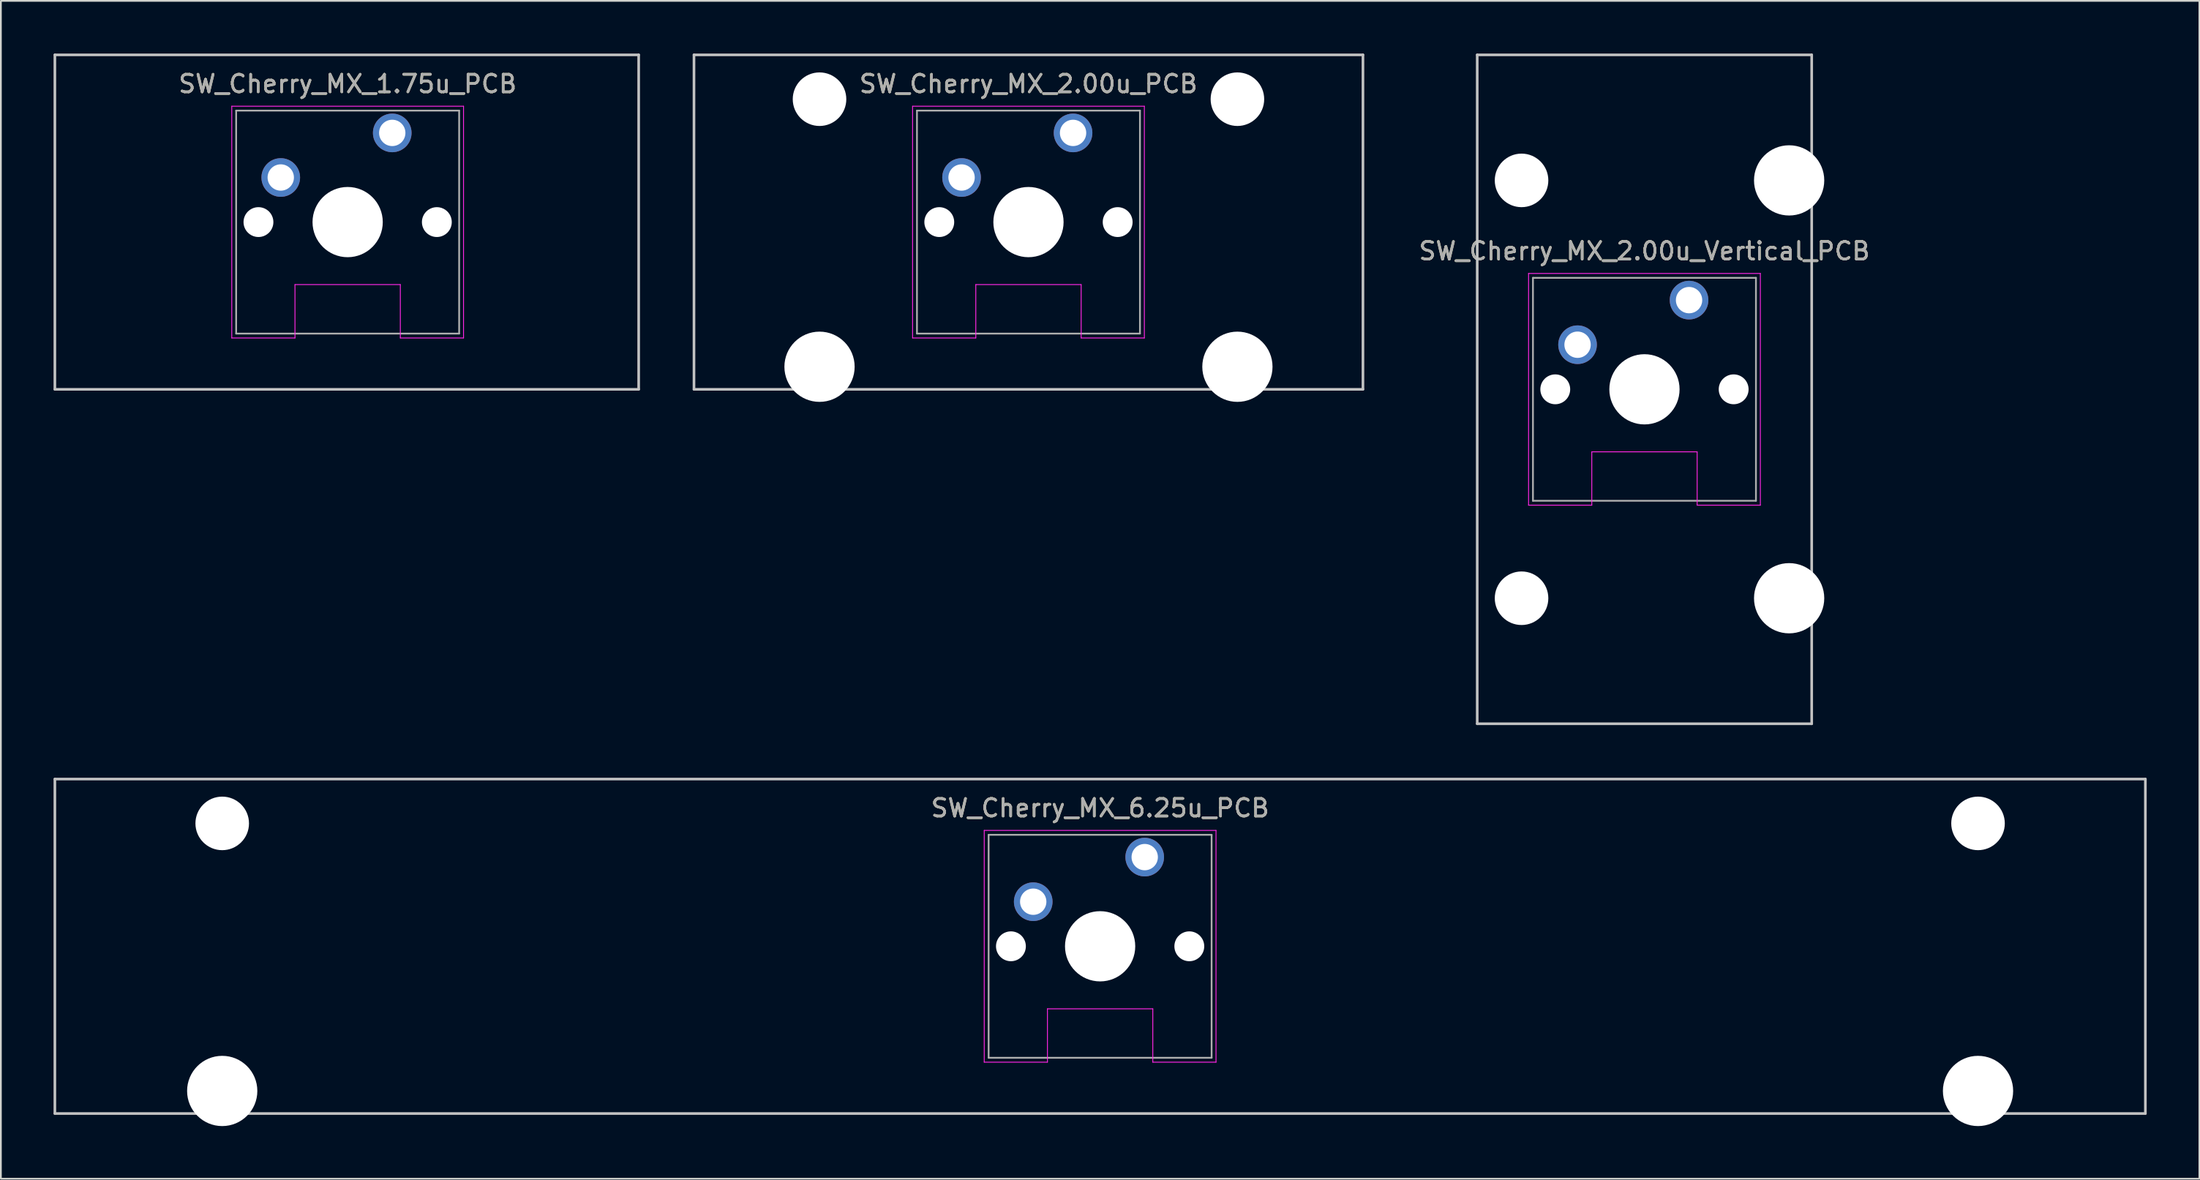
<source format=kicad_pcb>
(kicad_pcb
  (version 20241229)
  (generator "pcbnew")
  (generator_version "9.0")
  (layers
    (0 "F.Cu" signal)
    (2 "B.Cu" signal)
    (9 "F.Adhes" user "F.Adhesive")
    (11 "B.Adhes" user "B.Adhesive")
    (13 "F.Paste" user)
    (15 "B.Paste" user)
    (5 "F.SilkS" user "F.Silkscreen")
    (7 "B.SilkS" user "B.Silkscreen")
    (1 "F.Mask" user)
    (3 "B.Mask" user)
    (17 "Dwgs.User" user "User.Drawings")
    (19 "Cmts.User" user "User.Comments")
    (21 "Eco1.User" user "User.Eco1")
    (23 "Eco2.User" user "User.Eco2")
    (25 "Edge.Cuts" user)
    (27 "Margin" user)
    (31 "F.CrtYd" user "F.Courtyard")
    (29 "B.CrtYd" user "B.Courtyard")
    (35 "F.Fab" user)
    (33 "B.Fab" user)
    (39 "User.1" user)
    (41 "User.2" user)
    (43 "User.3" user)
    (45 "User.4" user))
  (footprint "SW_Cherry_MX_2.00u_Vertical_PCB"
    (layer "F.Cu")
    (at 93.148 14.045)
    (property "Reference" "SW_Cherry_MX_2.00u_Vertical_PCB" (at -2.54 -2.794 0) (layer "F.SilkS") (effects (font (size 1 1) (thickness 0.15))))
    (attr through_hole)
    (fp_line (start -12.065 -13.97) (end 6.985 -13.97) (stroke (width 0.15) (type solid)) (layer "Dwgs.User"))
    (fp_line (start -12.065 24.13) (end -12.065 -13.97) (stroke (width 0.15) (type solid)) (layer "Dwgs.User"))
    (fp_line (start 6.985 -13.97) (end 6.985 24.13) (stroke (width 0.15) (type solid)) (layer "Dwgs.User"))
    (fp_line (start 6.985 24.13) (end -12.065 24.13) (stroke (width 0.15) (type solid)) (layer "Dwgs.User"))
    (fp_line (start -9.14 -1.52) (end 4.06 -1.52) (stroke (width 0.05) (type solid)) (layer "F.CrtYd"))
    (fp_line (start -9.14 11.68) (end -9.14 -1.52) (stroke (width 0.05) (type solid)) (layer "F.CrtYd"))
    (fp_line (start -5.54 8.64) (end -5.54 11.68) (stroke (width 0.05) (type solid)) (layer "F.CrtYd"))
    (fp_line (start -5.54 8.64) (end 0.46 8.64) (stroke (width 0.05) (type solid)) (layer "F.CrtYd"))
    (fp_line (start -5.54 11.68) (end -9.14 11.68) (stroke (width 0.05) (type solid)) (layer "F.CrtYd"))
    (fp_line (start 0.46 8.64) (end 0.46 11.68) (stroke (width 0.05) (type solid)) (layer "F.CrtYd"))
    (fp_line (start 4.06 -1.52) (end 4.06 11.68) (stroke (width 0.05) (type solid)) (layer "F.CrtYd"))
    (fp_line (start 4.06 11.68) (end 0.46 11.68) (stroke (width 0.05) (type solid)) (layer "F.CrtYd"))
    (fp_line (start -8.89 -1.27) (end 3.81 -1.27) (stroke (width 0.1) (type solid)) (layer "F.Fab"))
    (fp_line (start -8.89 11.43) (end -8.89 -1.27) (stroke (width 0.1) (type solid)) (layer "F.Fab"))
    (fp_line (start 3.81 -1.27) (end 3.81 11.43) (stroke (width 0.1) (type solid)) (layer "F.Fab"))
    (fp_line (start 3.81 11.43) (end -8.89 11.43) (stroke (width 0.1) (type solid)) (layer "F.Fab"))
    (fp_text user "${REFERENCE}" (at -2.54 -2.794 0) (layer "F.Fab") (effects (font (size 1 1) (thickness 0.15))))
    (pad "" np_thru_hole circle (at -9.54 -6.82) (size 3.05 3.05) (drill 3.05) (layers "*.Cu" "*.Mask"))
    (pad "" np_thru_hole circle (at -9.54 16.98) (size 3.05 3.05) (drill 3.05) (layers "*.Cu" "*.Mask"))
    (pad "" np_thru_hole circle (at -7.62 5.08) (size 1.7 1.7) (drill 1.7) (layers "*.Cu" "*.Mask"))
    (pad "" np_thru_hole circle (at -2.54 5.08) (size 4 4) (drill 4) (layers "*.Cu" "*.Mask"))
    (pad "" np_thru_hole circle (at 2.54 5.08) (size 1.7 1.7) (drill 1.7) (layers "*.Cu" "*.Mask"))
    (pad "" np_thru_hole circle (at 5.7 -6.82) (size 4 4) (drill 4) (layers "*.Cu" "*.Mask"))
    (pad "" np_thru_hole circle (at 5.7 16.98) (size 4 4) (drill 4) (layers "*.Cu" "*.Mask"))
    (pad "1" thru_hole circle (at 0 0) (size 2.2 2.2) (drill 1.5) (layers "*.Cu" "*.Mask"))
    (pad "2" thru_hole circle (at -6.35 2.54) (size 2.2 2.2) (drill 1.5) (layers "*.Cu" "*.Mask")))
  (footprint "SW_Cherry_MX_6.25u_PCB"
    (layer "F.Cu")
    (at 62.146 45.77)
    (property "Reference" "SW_Cherry_MX_6.25u_PCB" (at -2.54 -2.794 0) (layer "F.SilkS") (effects (font (size 1 1) (thickness 0.15))))
    (attr through_hole)
    (fp_line (start -62.071 -4.445) (end 56.991 -4.445) (stroke (width 0.15) (type solid)) (layer "Dwgs.User"))
    (fp_line (start -62.071 14.605) (end -62.071 -4.445) (stroke (width 0.15) (type solid)) (layer "Dwgs.User"))
    (fp_line (start 56.991 -4.445) (end 56.991 14.605) (stroke (width 0.15) (type solid)) (layer "Dwgs.User"))
    (fp_line (start 56.991 14.605) (end -62.071 14.605) (stroke (width 0.15) (type solid)) (layer "Dwgs.User"))
    (fp_line (start -9.14 -1.52) (end 4.06 -1.52) (stroke (width 0.05) (type solid)) (layer "F.CrtYd"))
    (fp_line (start -9.14 11.68) (end -9.14 -1.52) (stroke (width 0.05) (type solid)) (layer "F.CrtYd"))
    (fp_line (start -5.54 8.64) (end -5.54 11.68) (stroke (width 0.05) (type solid)) (layer "F.CrtYd"))
    (fp_line (start -5.54 8.64) (end 0.46 8.64) (stroke (width 0.05) (type solid)) (layer "F.CrtYd"))
    (fp_line (start -5.54 11.68) (end -9.14 11.68) (stroke (width 0.05) (type solid)) (layer "F.CrtYd"))
    (fp_line (start 0.46 8.64) (end 0.46 11.68) (stroke (width 0.05) (type solid)) (layer "F.CrtYd"))
    (fp_line (start 4.06 -1.52) (end 4.06 11.68) (stroke (width 0.05) (type solid)) (layer "F.CrtYd"))
    (fp_line (start 4.06 11.68) (end 0.46 11.68) (stroke (width 0.05) (type solid)) (layer "F.CrtYd"))
    (fp_line (start -8.89 -1.27) (end 3.81 -1.27) (stroke (width 0.1) (type solid)) (layer "F.Fab"))
    (fp_line (start -8.89 11.43) (end -8.89 -1.27) (stroke (width 0.1) (type solid)) (layer "F.Fab"))
    (fp_line (start 3.81 -1.27) (end 3.81 11.43) (stroke (width 0.1) (type solid)) (layer "F.Fab"))
    (fp_line (start 3.81 11.43) (end -8.89 11.43) (stroke (width 0.1) (type solid)) (layer "F.Fab"))
    (fp_text user "${REFERENCE}" (at -2.54 -2.794 0) (layer "F.Fab") (effects (font (size 1 1) (thickness 0.15))))
    (pad "" np_thru_hole circle (at -52.54 -1.92) (size 3.05 3.05) (drill 3.05) (layers "*.Cu" "*.Mask"))
    (pad "" np_thru_hole circle (at -52.54 13.32) (size 4 4) (drill 4) (layers "*.Cu" "*.Mask"))
    (pad "" np_thru_hole circle (at -7.62 5.08) (size 1.7 1.7) (drill 1.7) (layers "*.Cu" "*.Mask"))
    (pad "" np_thru_hole circle (at -2.54 5.08) (size 4 4) (drill 4) (layers "*.Cu" "*.Mask"))
    (pad "" np_thru_hole circle (at 2.54 5.08) (size 1.7 1.7) (drill 1.7) (layers "*.Cu" "*.Mask"))
    (pad "" np_thru_hole circle (at 47.46 -1.92) (size 3.05 3.05) (drill 3.05) (layers "*.Cu" "*.Mask"))
    (pad "" np_thru_hole circle (at 47.46 13.32) (size 4 4) (drill 4) (layers "*.Cu" "*.Mask"))
    (pad "1" thru_hole circle (at 0 0) (size 2.2 2.2) (drill 1.5) (layers "*.Cu" "*.Mask"))
    (pad "2" thru_hole circle (at -6.35 2.54) (size 2.2 2.2) (drill 1.5) (layers "*.Cu" "*.Mask")))
  (footprint "SW_Cherry_MX_2.00u_PCB"
    (layer "F.Cu")
    (at 58.065 4.52)
    (property "Reference" "SW_Cherry_MX_2.00u_PCB" (at -2.54 -2.794 0) (layer "F.SilkS") (effects (font (size 1 1) (thickness 0.15))))
    (attr through_hole)
    (fp_line (start -21.59 -4.445) (end 16.51 -4.445) (stroke (width 0.15) (type solid)) (layer "Dwgs.User"))
    (fp_line (start -21.59 14.605) (end -21.59 -4.445) (stroke (width 0.15) (type solid)) (layer "Dwgs.User"))
    (fp_line (start 16.51 -4.445) (end 16.51 14.605) (stroke (width 0.15) (type solid)) (layer "Dwgs.User"))
    (fp_line (start 16.51 14.605) (end -21.59 14.605) (stroke (width 0.15) (type solid)) (layer "Dwgs.User"))
    (fp_line (start -9.14 -1.52) (end 4.06 -1.52) (stroke (width 0.05) (type solid)) (layer "F.CrtYd"))
    (fp_line (start -9.14 11.68) (end -9.14 -1.52) (stroke (width 0.05) (type solid)) (layer "F.CrtYd"))
    (fp_line (start -5.54 8.64) (end -5.54 11.68) (stroke (width 0.05) (type solid)) (layer "F.CrtYd"))
    (fp_line (start -5.54 8.64) (end 0.46 8.64) (stroke (width 0.05) (type solid)) (layer "F.CrtYd"))
    (fp_line (start -5.54 11.68) (end -9.14 11.68) (stroke (width 0.05) (type solid)) (layer "F.CrtYd"))
    (fp_line (start 0.46 8.64) (end 0.46 11.68) (stroke (width 0.05) (type solid)) (layer "F.CrtYd"))
    (fp_line (start 4.06 -1.52) (end 4.06 11.68) (stroke (width 0.05) (type solid)) (layer "F.CrtYd"))
    (fp_line (start 4.06 11.68) (end 0.46 11.68) (stroke (width 0.05) (type solid)) (layer "F.CrtYd"))
    (fp_line (start -8.89 -1.27) (end 3.81 -1.27) (stroke (width 0.1) (type solid)) (layer "F.Fab"))
    (fp_line (start -8.89 11.43) (end -8.89 -1.27) (stroke (width 0.1) (type solid)) (layer "F.Fab"))
    (fp_line (start 3.81 -1.27) (end 3.81 11.43) (stroke (width 0.1) (type solid)) (layer "F.Fab"))
    (fp_line (start 3.81 11.43) (end -8.89 11.43) (stroke (width 0.1) (type solid)) (layer "F.Fab"))
    (fp_text user "${REFERENCE}" (at -2.54 -2.794 0) (layer "F.Fab") (effects (font (size 1 1) (thickness 0.15))))
    (pad "" np_thru_hole circle (at -14.44 -1.92) (size 3.05 3.05) (drill 3.05) (layers "*.Cu" "*.Mask"))
    (pad "" np_thru_hole circle (at -14.44 13.32) (size 4 4) (drill 4) (layers "*.Cu" "*.Mask"))
    (pad "" np_thru_hole circle (at -7.62 5.08) (size 1.7 1.7) (drill 1.7) (layers "*.Cu" "*.Mask"))
    (pad "" np_thru_hole circle (at -2.54 5.08) (size 4 4) (drill 4) (layers "*.Cu" "*.Mask"))
    (pad "" np_thru_hole circle (at 2.54 5.08) (size 1.7 1.7) (drill 1.7) (layers "*.Cu" "*.Mask"))
    (pad "" np_thru_hole circle (at 9.36 -1.92) (size 3.05 3.05) (drill 3.05) (layers "*.Cu" "*.Mask"))
    (pad "" np_thru_hole circle (at 9.36 13.32) (size 4 4) (drill 4) (layers "*.Cu" "*.Mask"))
    (pad "1" thru_hole circle (at 0 0) (size 2.2 2.2) (drill 1.5) (layers "*.Cu" "*.Mask"))
    (pad "2" thru_hole circle (at -6.35 2.54) (size 2.2 2.2) (drill 1.5) (layers "*.Cu" "*.Mask")))
  (footprint "SW_Cherry_MX_1.75u_PCB"
    (layer "F.Cu")
    (at 19.29 4.52)
    (property "Reference" "SW_Cherry_MX_1.75u_PCB" (at -2.54 -2.794 0) (layer "F.SilkS") (effects (font (size 1 1) (thickness 0.15))))
    (attr through_hole)
    (fp_line (start -19.215 -4.445) (end 14.035 -4.445) (stroke (width 0.15) (type solid)) (layer "Dwgs.User"))
    (fp_line (start -19.215 14.605) (end -19.215 -4.445) (stroke (width 0.15) (type solid)) (layer "Dwgs.User"))
    (fp_line (start 14.035 -4.445) (end 14.035 14.605) (stroke (width 0.15) (type solid)) (layer "Dwgs.User"))
    (fp_line (start 14.035 14.605) (end -19.215 14.605) (stroke (width 0.15) (type solid)) (layer "Dwgs.User"))
    (fp_line (start -9.14 -1.52) (end 4.06 -1.52) (stroke (width 0.05) (type solid)) (layer "F.CrtYd"))
    (fp_line (start -9.14 11.68) (end -9.14 -1.52) (stroke (width 0.05) (type solid)) (layer "F.CrtYd"))
    (fp_line (start -5.54 8.64) (end -5.54 11.68) (stroke (width 0.05) (type solid)) (layer "F.CrtYd"))
    (fp_line (start -5.54 8.64) (end 0.46 8.64) (stroke (width 0.05) (type solid)) (layer "F.CrtYd"))
    (fp_line (start -5.54 11.68) (end -9.14 11.68) (stroke (width 0.05) (type solid)) (layer "F.CrtYd"))
    (fp_line (start 0.46 8.64) (end 0.46 11.68) (stroke (width 0.05) (type solid)) (layer "F.CrtYd"))
    (fp_line (start 4.06 -1.52) (end 4.06 11.68) (stroke (width 0.05) (type solid)) (layer "F.CrtYd"))
    (fp_line (start 4.06 11.68) (end 0.46 11.68) (stroke (width 0.05) (type solid)) (layer "F.CrtYd"))
    (fp_line (start -8.89 -1.27) (end 3.81 -1.27) (stroke (width 0.1) (type solid)) (layer "F.Fab"))
    (fp_line (start -8.89 11.43) (end -8.89 -1.27) (stroke (width 0.1) (type solid)) (layer "F.Fab"))
    (fp_line (start 3.81 -1.27) (end 3.81 11.43) (stroke (width 0.1) (type solid)) (layer "F.Fab"))
    (fp_line (start 3.81 11.43) (end -8.89 11.43) (stroke (width 0.1) (type solid)) (layer "F.Fab"))
    (fp_text user "${REFERENCE}" (at -2.54 -2.794 0) (layer "F.Fab") (effects (font (size 1 1) (thickness 0.15))))
    (pad "" np_thru_hole circle (at -7.62 5.08) (size 1.7 1.7) (drill 1.7) (layers "*.Cu" "*.Mask"))
    (pad "" np_thru_hole circle (at -2.54 5.08) (size 4 4) (drill 4) (layers "*.Cu" "*.Mask"))
    (pad "" np_thru_hole circle (at 2.54 5.08) (size 1.7 1.7) (drill 1.7) (layers "*.Cu" "*.Mask"))
    (pad "1" thru_hole circle (at 0 0) (size 2.2 2.2) (drill 1.5) (layers "*.Cu" "*.Mask"))
    (pad "2" thru_hole circle (at -6.35 2.54) (size 2.2 2.2) (drill 1.5) (layers "*.Cu" "*.Mask")))
  (gr_rect
    (start -3 -3)
    (end 122.213 64.09)
    (stroke (width 0.1) (type default))
    (fill no)
    (layer "Edge.Cuts")))
</source>
